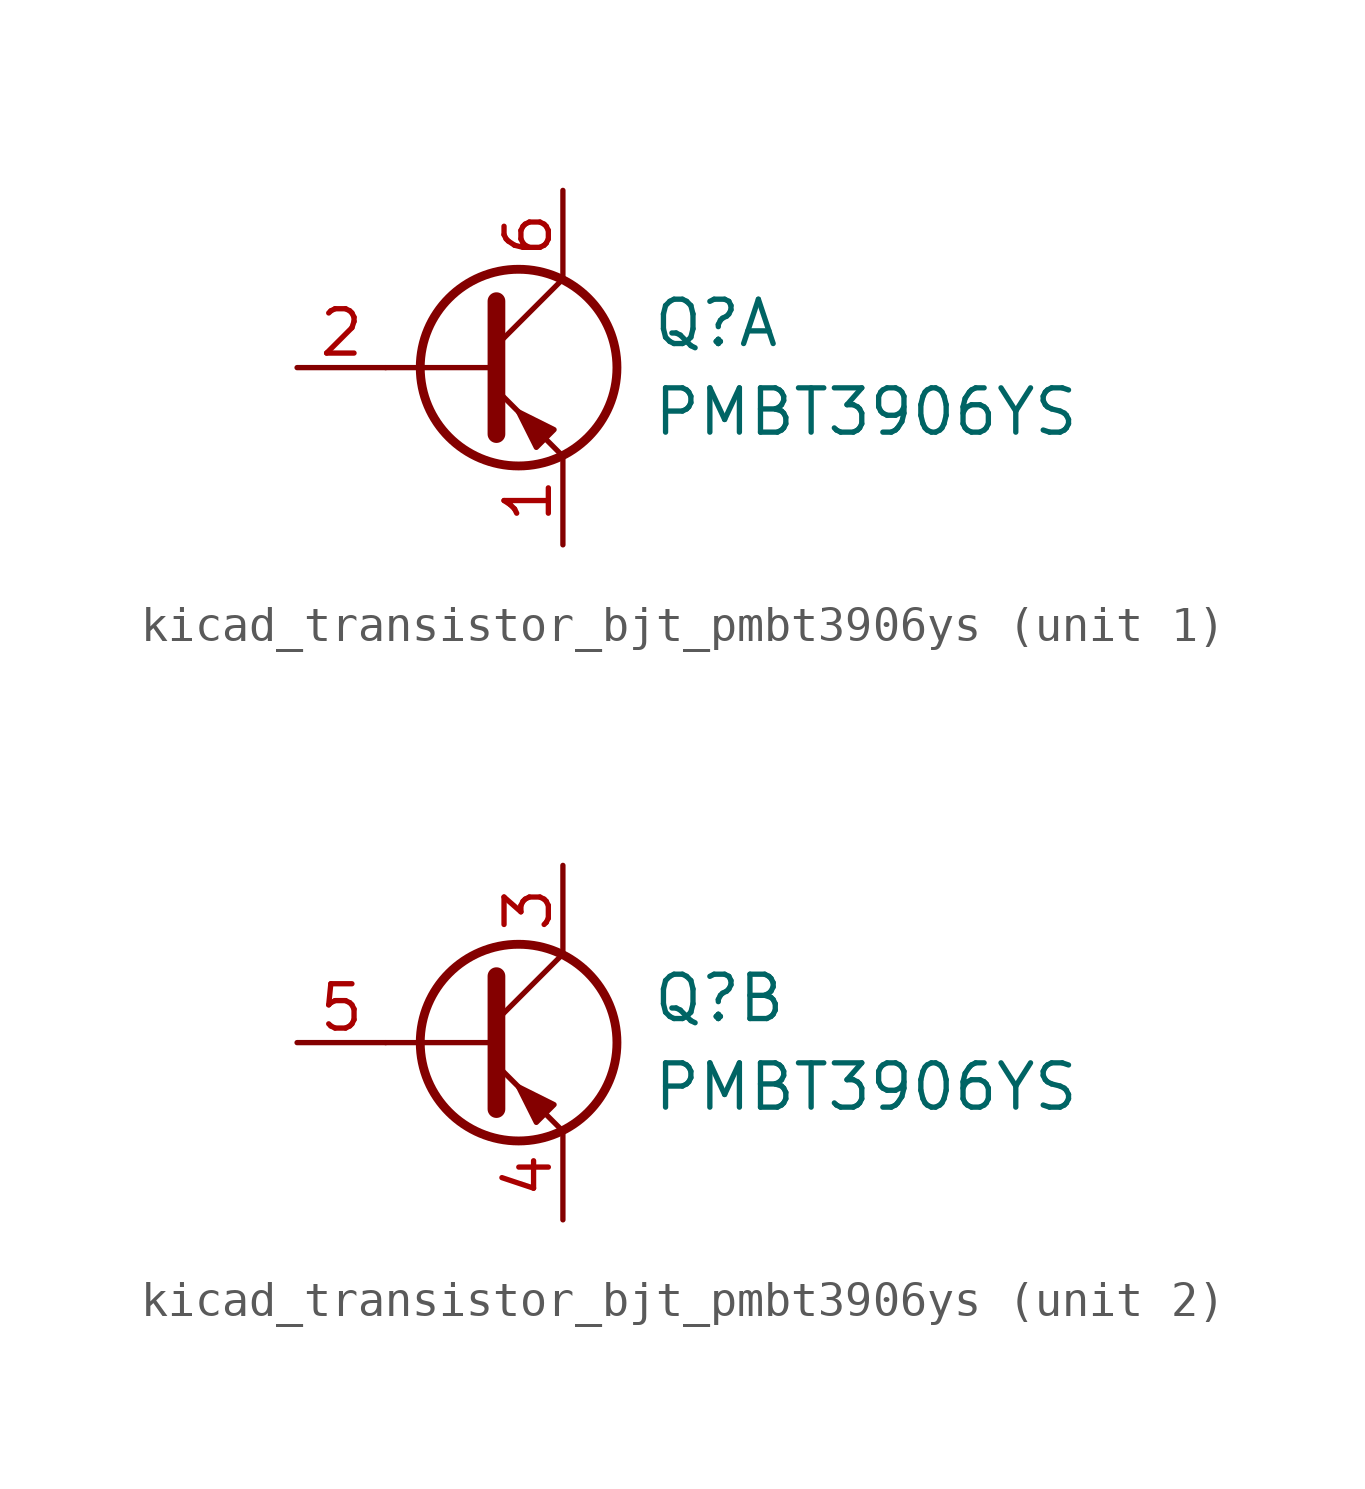
<source format=kicad_sym>
(kicad_symbol_lib
  (version 20220914)
  (generator kicad_symbol_editor)
  (symbol "kicad_transistor_bjt_pmbt3906ys"
    (pin_names
      (offset 0) hide)
    (property "Reference" "Q"
      (at 5.08 1.27 0)
      (effects (font (size 1.27 1.27)) (justify left)))
    (property "Value" "PMBT3906YS"
      (at 5.08 -1.27 0)
      (effects (font (size 1.27 1.27)) (justify left)))
    (property "ki_locked" ""
      (at 0 0 0)
      (effects (font (size 1.27 1.27))))
    (symbol "kicad_transistor_bjt_pmbt3906ys_0_1"
      (polyline (pts (xy 0.635 0) (xy -2.54 0)) (stroke (width 0) (type default)) (fill (type none)))
      (polyline (pts (xy 0.635 0.635) (xy 2.54 2.54)) (stroke (width 0) (type default)) (fill (type none)))
      (polyline (pts (xy 0.635 -0.635) (xy 2.54 -2.54) (xy 2.54 -2.54)) (stroke (width 0) (type default)) (fill (type none)))
      (polyline (pts (xy 0.635 1.905) (xy 0.635 -1.905) (xy 0.635 -1.905)) (stroke (width 0.508) (type default)) (fill (type none)))
      (polyline (pts (xy 2.286 -1.778) (xy 1.778 -2.286) (xy 1.27 -1.27) (xy 2.286 -1.778) (xy 2.286 -1.778)) (stroke (width 0) (type default)) (fill (type outline)))
      (circle (center 1.27 0) (radius 2.819) (stroke (width 0.254) (type default)) (fill (type none))))
    (symbol "kicad_transistor_bjt_pmbt3906ys_1_1"
      (pin passive line (at 2.54 -5.08 90) (length 2.54) (name "E1" (effects (font (size 1.27 1.27)))) (number "1" (effects (font (size 1.27 1.27)))))
      (pin input line (at -5.08 0 0) (length 2.54) (name "B1" (effects (font (size 1.27 1.27)))) (number "2" (effects (font (size 1.27 1.27)))))
      (pin passive line (at 2.54 5.08 270) (length 2.54) (name "C1" (effects (font (size 1.27 1.27)))) (number "6" (effects (font (size 1.27 1.27))))))
    (symbol "kicad_transistor_bjt_pmbt3906ys_2_1"
      (pin passive line (at 2.54 5.08 270) (length 2.54) (name "C2" (effects (font (size 1.27 1.27)))) (number "3" (effects (font (size 1.27 1.27)))))
      (pin passive line (at 2.54 -5.08 90) (length 2.54) (name "E2" (effects (font (size 1.27 1.27)))) (number "4" (effects (font (size 1.27 1.27)))))
      (pin input line (at -5.08 0 0) (length 2.54) (name "B2" (effects (font (size 1.27 1.27)))) (number "5" (effects (font (size 1.27 1.27))))))))
</source>
